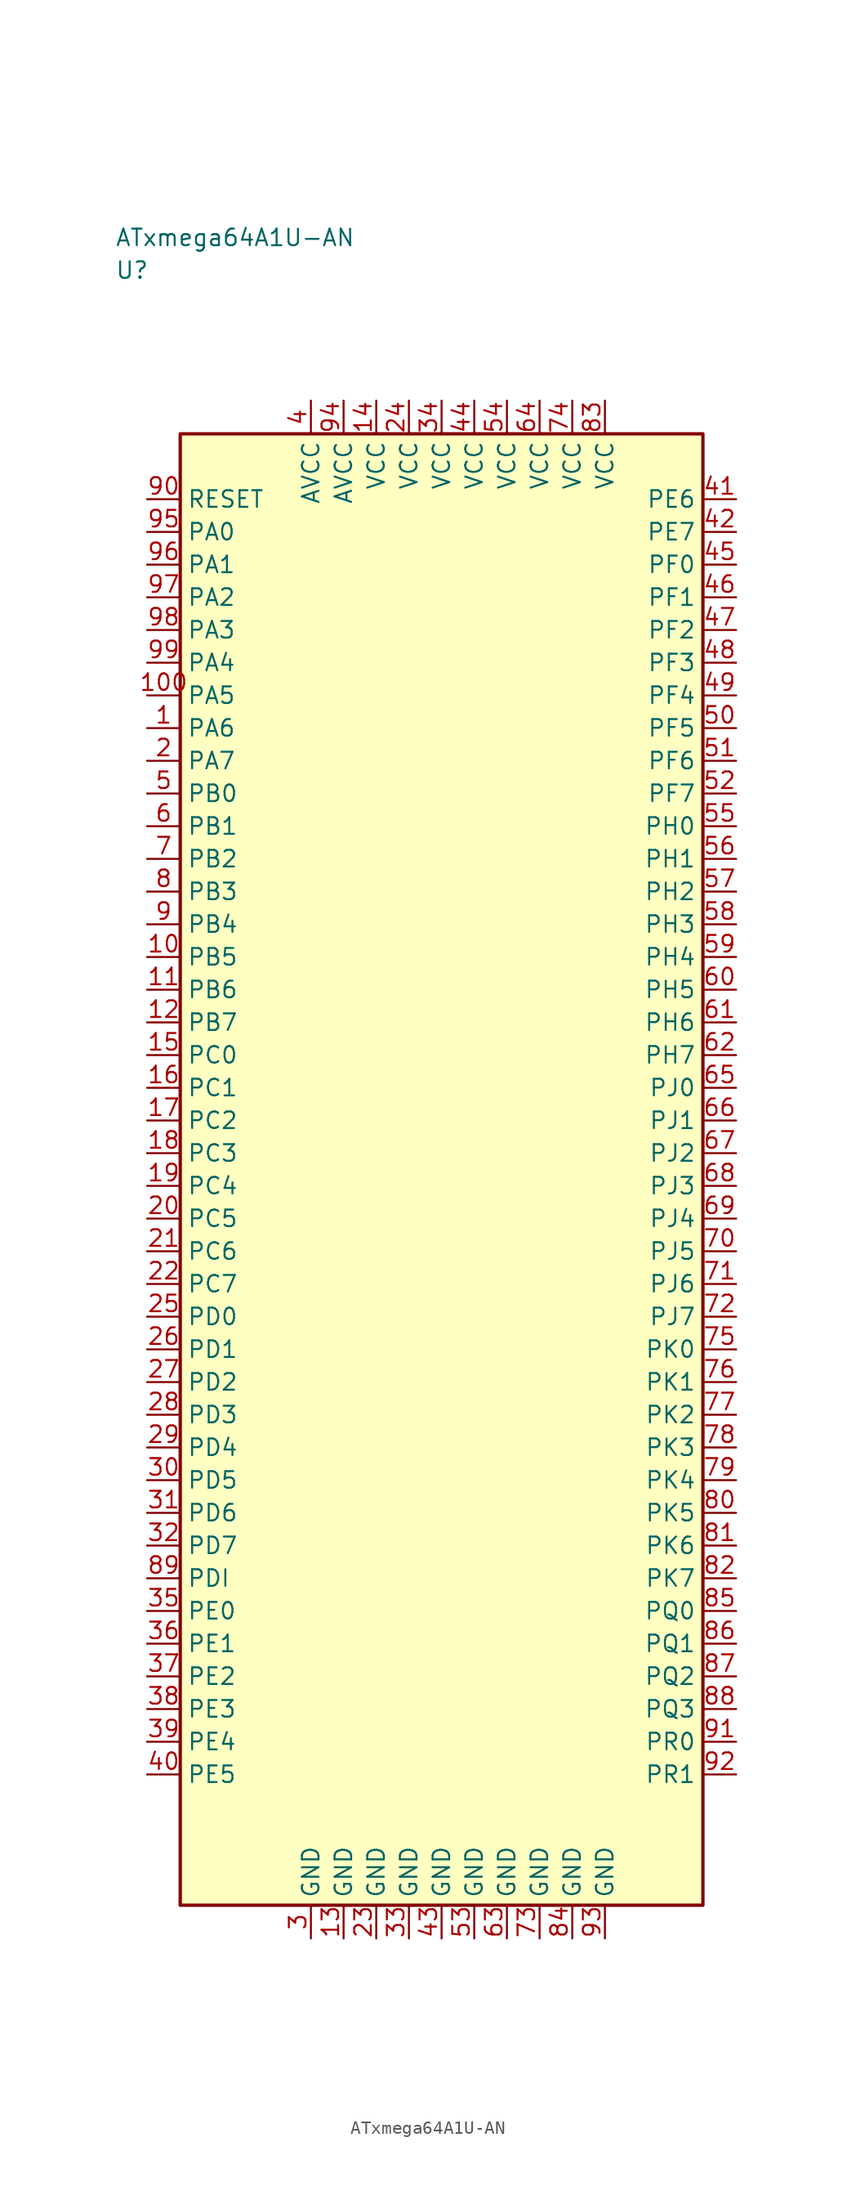
<source format=kicad_sym>
(kicad_symbol_lib
  (version 20241025)
  (generator "kicad_symbol_editor")
  (generator_version "8.0")
  (symbol "ATxmega64A1U-AN"
    (property "Reference" "U"
      (at -25.0 68.75 0)
      (effects (font (size 1.27 1.27)) (justify left)))
    (property "Value" "ATxmega64A1U-AN"
      (at -25.0 71.25 0)
      (effects (font (size 1.27 1.27)) (justify left)))
    (symbol "ATxmega64A1U-AN_0_1"
      (rectangle (start -20.0 56.25) (end 20.0 -56.25) (stroke (width 0.254) (type default)) (fill (type background))))
    (symbol "ATxmega64A1U-AN_1_1"
      (pin bidirectional line (at -22.54 33.75 0.0) (length 2.54) (name "PA6" (effects (font (size 1.27 1.27)))) (number "1" (effects (font (size 1.27 1.27)))))
      (pin bidirectional line (at -22.54 31.25 0.0) (length 2.54) (name "PA7" (effects (font (size 1.27 1.27)))) (number "2" (effects (font (size 1.27 1.27)))))
      (pin passive line (at -10.0 -58.79 90.0) (length 2.54) (name "GND" (effects (font (size 1.27 1.27)))) (number "3" (effects (font (size 1.27 1.27)))))
      (pin power_in line (at -10.0 58.79 270.0) (length 2.54) (name "AVCC" (effects (font (size 1.27 1.27)))) (number "4" (effects (font (size 1.27 1.27)))))
      (pin bidirectional line (at -22.54 28.75 0.0) (length 2.54) (name "PB0" (effects (font (size 1.27 1.27)))) (number "5" (effects (font (size 1.27 1.27)))))
      (pin bidirectional line (at -22.54 26.25 0.0) (length 2.54) (name "PB1" (effects (font (size 1.27 1.27)))) (number "6" (effects (font (size 1.27 1.27)))))
      (pin bidirectional line (at -22.54 23.75 0.0) (length 2.54) (name "PB2" (effects (font (size 1.27 1.27)))) (number "7" (effects (font (size 1.27 1.27)))))
      (pin bidirectional line (at -22.54 21.25 0.0) (length 2.54) (name "PB3" (effects (font (size 1.27 1.27)))) (number "8" (effects (font (size 1.27 1.27)))))
      (pin bidirectional line (at -22.54 18.75 0.0) (length 2.54) (name "PB4" (effects (font (size 1.27 1.27)))) (number "9" (effects (font (size 1.27 1.27)))))
      (pin bidirectional line (at -22.54 16.25 0.0) (length 2.54) (name "PB5" (effects (font (size 1.27 1.27)))) (number "10" (effects (font (size 1.27 1.27)))))
      (pin bidirectional line (at -22.54 13.75 0.0) (length 2.54) (name "PB6" (effects (font (size 1.27 1.27)))) (number "11" (effects (font (size 1.27 1.27)))))
      (pin bidirectional line (at -22.54 11.25 0.0) (length 2.54) (name "PB7" (effects (font (size 1.27 1.27)))) (number "12" (effects (font (size 1.27 1.27)))))
      (pin passive line (at -7.5 -58.79 90.0) (length 2.54) (name "GND" (effects (font (size 1.27 1.27)))) (number "13" (effects (font (size 1.27 1.27)))))
      (pin power_in line (at -5.0 58.79 270.0) (length 2.54) (name "VCC" (effects (font (size 1.27 1.27)))) (number "14" (effects (font (size 1.27 1.27)))))
      (pin bidirectional line (at -22.54 8.75 0.0) (length 2.54) (name "PC0" (effects (font (size 1.27 1.27)))) (number "15" (effects (font (size 1.27 1.27)))))
      (pin bidirectional line (at -22.54 6.25 0.0) (length 2.54) (name "PC1" (effects (font (size 1.27 1.27)))) (number "16" (effects (font (size 1.27 1.27)))))
      (pin bidirectional line (at -22.54 3.75 0.0) (length 2.54) (name "PC2" (effects (font (size 1.27 1.27)))) (number "17" (effects (font (size 1.27 1.27)))))
      (pin bidirectional line (at -22.54 1.25 0.0) (length 2.54) (name "PC3" (effects (font (size 1.27 1.27)))) (number "18" (effects (font (size 1.27 1.27)))))
      (pin bidirectional line (at -22.54 -1.25 0.0) (length 2.54) (name "PC4" (effects (font (size 1.27 1.27)))) (number "19" (effects (font (size 1.27 1.27)))))
      (pin bidirectional line (at -22.54 -3.75 0.0) (length 2.54) (name "PC5" (effects (font (size 1.27 1.27)))) (number "20" (effects (font (size 1.27 1.27)))))
      (pin bidirectional line (at -22.54 -6.25 0.0) (length 2.54) (name "PC6" (effects (font (size 1.27 1.27)))) (number "21" (effects (font (size 1.27 1.27)))))
      (pin bidirectional line (at -22.54 -8.75 0.0) (length 2.54) (name "PC7" (effects (font (size 1.27 1.27)))) (number "22" (effects (font (size 1.27 1.27)))))
      (pin passive line (at -5.0 -58.79 90.0) (length 2.54) (name "GND" (effects (font (size 1.27 1.27)))) (number "23" (effects (font (size 1.27 1.27)))))
      (pin power_in line (at -2.5 58.79 270.0) (length 2.54) (name "VCC" (effects (font (size 1.27 1.27)))) (number "24" (effects (font (size 1.27 1.27)))))
      (pin bidirectional line (at -22.54 -11.25 0.0) (length 2.54) (name "PD0" (effects (font (size 1.27 1.27)))) (number "25" (effects (font (size 1.27 1.27)))))
      (pin bidirectional line (at -22.54 -13.75 0.0) (length 2.54) (name "PD1" (effects (font (size 1.27 1.27)))) (number "26" (effects (font (size 1.27 1.27)))))
      (pin bidirectional line (at -22.54 -16.25 0.0) (length 2.54) (name "PD2" (effects (font (size 1.27 1.27)))) (number "27" (effects (font (size 1.27 1.27)))))
      (pin bidirectional line (at -22.54 -18.75 0.0) (length 2.54) (name "PD3" (effects (font (size 1.27 1.27)))) (number "28" (effects (font (size 1.27 1.27)))))
      (pin bidirectional line (at -22.54 -21.25 0.0) (length 2.54) (name "PD4" (effects (font (size 1.27 1.27)))) (number "29" (effects (font (size 1.27 1.27)))))
      (pin bidirectional line (at -22.54 -23.75 0.0) (length 2.54) (name "PD5" (effects (font (size 1.27 1.27)))) (number "30" (effects (font (size 1.27 1.27)))))
      (pin bidirectional line (at -22.54 -26.25 0.0) (length 2.54) (name "PD6" (effects (font (size 1.27 1.27)))) (number "31" (effects (font (size 1.27 1.27)))))
      (pin bidirectional line (at -22.54 -28.75 0.0) (length 2.54) (name "PD7" (effects (font (size 1.27 1.27)))) (number "32" (effects (font (size 1.27 1.27)))))
      (pin passive line (at -2.5 -58.79 90.0) (length 2.54) (name "GND" (effects (font (size 1.27 1.27)))) (number "33" (effects (font (size 1.27 1.27)))))
      (pin power_in line (at 0.0 58.79 270.0) (length 2.54) (name "VCC" (effects (font (size 1.27 1.27)))) (number "34" (effects (font (size 1.27 1.27)))))
      (pin bidirectional line (at -22.54 -33.75 0.0) (length 2.54) (name "PE0" (effects (font (size 1.27 1.27)))) (number "35" (effects (font (size 1.27 1.27)))))
      (pin bidirectional line (at -22.54 -36.25 0.0) (length 2.54) (name "PE1" (effects (font (size 1.27 1.27)))) (number "36" (effects (font (size 1.27 1.27)))))
      (pin bidirectional line (at -22.54 -38.75 0.0) (length 2.54) (name "PE2" (effects (font (size 1.27 1.27)))) (number "37" (effects (font (size 1.27 1.27)))))
      (pin bidirectional line (at -22.54 -41.25 0.0) (length 2.54) (name "PE3" (effects (font (size 1.27 1.27)))) (number "38" (effects (font (size 1.27 1.27)))))
      (pin bidirectional line (at -22.54 -43.75 0.0) (length 2.54) (name "PE4" (effects (font (size 1.27 1.27)))) (number "39" (effects (font (size 1.27 1.27)))))
      (pin bidirectional line (at -22.54 -46.25 0.0) (length 2.54) (name "PE5" (effects (font (size 1.27 1.27)))) (number "40" (effects (font (size 1.27 1.27)))))
      (pin bidirectional line (at 22.54 51.25 180.0) (length 2.54) (name "PE6" (effects (font (size 1.27 1.27)))) (number "41" (effects (font (size 1.27 1.27)))))
      (pin bidirectional line (at 22.54 48.75 180.0) (length 2.54) (name "PE7" (effects (font (size 1.27 1.27)))) (number "42" (effects (font (size 1.27 1.27)))))
      (pin passive line (at 0.0 -58.79 90.0) (length 2.54) (name "GND" (effects (font (size 1.27 1.27)))) (number "43" (effects (font (size 1.27 1.27)))))
      (pin power_in line (at 2.5 58.79 270.0) (length 2.54) (name "VCC" (effects (font (size 1.27 1.27)))) (number "44" (effects (font (size 1.27 1.27)))))
      (pin bidirectional line (at 22.54 46.25 180.0) (length 2.54) (name "PF0" (effects (font (size 1.27 1.27)))) (number "45" (effects (font (size 1.27 1.27)))))
      (pin bidirectional line (at 22.54 43.75 180.0) (length 2.54) (name "PF1" (effects (font (size 1.27 1.27)))) (number "46" (effects (font (size 1.27 1.27)))))
      (pin bidirectional line (at 22.54 41.25 180.0) (length 2.54) (name "PF2" (effects (font (size 1.27 1.27)))) (number "47" (effects (font (size 1.27 1.27)))))
      (pin bidirectional line (at 22.54 38.75 180.0) (length 2.54) (name "PF3" (effects (font (size 1.27 1.27)))) (number "48" (effects (font (size 1.27 1.27)))))
      (pin bidirectional line (at 22.54 36.25 180.0) (length 2.54) (name "PF4" (effects (font (size 1.27 1.27)))) (number "49" (effects (font (size 1.27 1.27)))))
      (pin bidirectional line (at 22.54 33.75 180.0) (length 2.54) (name "PF5" (effects (font (size 1.27 1.27)))) (number "50" (effects (font (size 1.27 1.27)))))
      (pin bidirectional line (at 22.54 31.25 180.0) (length 2.54) (name "PF6" (effects (font (size 1.27 1.27)))) (number "51" (effects (font (size 1.27 1.27)))))
      (pin bidirectional line (at 22.54 28.75 180.0) (length 2.54) (name "PF7" (effects (font (size 1.27 1.27)))) (number "52" (effects (font (size 1.27 1.27)))))
      (pin passive line (at 2.5 -58.79 90.0) (length 2.54) (name "GND" (effects (font (size 1.27 1.27)))) (number "53" (effects (font (size 1.27 1.27)))))
      (pin power_in line (at 5.0 58.79 270.0) (length 2.54) (name "VCC" (effects (font (size 1.27 1.27)))) (number "54" (effects (font (size 1.27 1.27)))))
      (pin bidirectional line (at 22.54 26.25 180.0) (length 2.54) (name "PH0" (effects (font (size 1.27 1.27)))) (number "55" (effects (font (size 1.27 1.27)))))
      (pin bidirectional line (at 22.54 23.75 180.0) (length 2.54) (name "PH1" (effects (font (size 1.27 1.27)))) (number "56" (effects (font (size 1.27 1.27)))))
      (pin bidirectional line (at 22.54 21.25 180.0) (length 2.54) (name "PH2" (effects (font (size 1.27 1.27)))) (number "57" (effects (font (size 1.27 1.27)))))
      (pin bidirectional line (at 22.54 18.75 180.0) (length 2.54) (name "PH3" (effects (font (size 1.27 1.27)))) (number "58" (effects (font (size 1.27 1.27)))))
      (pin bidirectional line (at 22.54 16.25 180.0) (length 2.54) (name "PH4" (effects (font (size 1.27 1.27)))) (number "59" (effects (font (size 1.27 1.27)))))
      (pin bidirectional line (at 22.54 13.75 180.0) (length 2.54) (name "PH5" (effects (font (size 1.27 1.27)))) (number "60" (effects (font (size 1.27 1.27)))))
      (pin bidirectional line (at 22.54 11.25 180.0) (length 2.54) (name "PH6" (effects (font (size 1.27 1.27)))) (number "61" (effects (font (size 1.27 1.27)))))
      (pin bidirectional line (at 22.54 8.75 180.0) (length 2.54) (name "PH7" (effects (font (size 1.27 1.27)))) (number "62" (effects (font (size 1.27 1.27)))))
      (pin passive line (at 5.0 -58.79 90.0) (length 2.54) (name "GND" (effects (font (size 1.27 1.27)))) (number "63" (effects (font (size 1.27 1.27)))))
      (pin power_in line (at 7.5 58.79 270.0) (length 2.54) (name "VCC" (effects (font (size 1.27 1.27)))) (number "64" (effects (font (size 1.27 1.27)))))
      (pin bidirectional line (at 22.54 6.25 180.0) (length 2.54) (name "PJ0" (effects (font (size 1.27 1.27)))) (number "65" (effects (font (size 1.27 1.27)))))
      (pin bidirectional line (at 22.54 3.75 180.0) (length 2.54) (name "PJ1" (effects (font (size 1.27 1.27)))) (number "66" (effects (font (size 1.27 1.27)))))
      (pin bidirectional line (at 22.54 1.25 180.0) (length 2.54) (name "PJ2" (effects (font (size 1.27 1.27)))) (number "67" (effects (font (size 1.27 1.27)))))
      (pin bidirectional line (at 22.54 -1.25 180.0) (length 2.54) (name "PJ3" (effects (font (size 1.27 1.27)))) (number "68" (effects (font (size 1.27 1.27)))))
      (pin bidirectional line (at 22.54 -3.75 180.0) (length 2.54) (name "PJ4" (effects (font (size 1.27 1.27)))) (number "69" (effects (font (size 1.27 1.27)))))
      (pin bidirectional line (at 22.54 -6.25 180.0) (length 2.54) (name "PJ5" (effects (font (size 1.27 1.27)))) (number "70" (effects (font (size 1.27 1.27)))))
      (pin bidirectional line (at 22.54 -8.75 180.0) (length 2.54) (name "PJ6" (effects (font (size 1.27 1.27)))) (number "71" (effects (font (size 1.27 1.27)))))
      (pin bidirectional line (at 22.54 -11.25 180.0) (length 2.54) (name "PJ7" (effects (font (size 1.27 1.27)))) (number "72" (effects (font (size 1.27 1.27)))))
      (pin passive line (at 7.5 -58.79 90.0) (length 2.54) (name "GND" (effects (font (size 1.27 1.27)))) (number "73" (effects (font (size 1.27 1.27)))))
      (pin power_in line (at 10.0 58.79 270.0) (length 2.54) (name "VCC" (effects (font (size 1.27 1.27)))) (number "74" (effects (font (size 1.27 1.27)))))
      (pin bidirectional line (at 22.54 -13.75 180.0) (length 2.54) (name "PK0" (effects (font (size 1.27 1.27)))) (number "75" (effects (font (size 1.27 1.27)))))
      (pin bidirectional line (at 22.54 -16.25 180.0) (length 2.54) (name "PK1" (effects (font (size 1.27 1.27)))) (number "76" (effects (font (size 1.27 1.27)))))
      (pin bidirectional line (at 22.54 -18.75 180.0) (length 2.54) (name "PK2" (effects (font (size 1.27 1.27)))) (number "77" (effects (font (size 1.27 1.27)))))
      (pin bidirectional line (at 22.54 -21.25 180.0) (length 2.54) (name "PK3" (effects (font (size 1.27 1.27)))) (number "78" (effects (font (size 1.27 1.27)))))
      (pin bidirectional line (at 22.54 -23.75 180.0) (length 2.54) (name "PK4" (effects (font (size 1.27 1.27)))) (number "79" (effects (font (size 1.27 1.27)))))
      (pin bidirectional line (at 22.54 -26.25 180.0) (length 2.54) (name "PK5" (effects (font (size 1.27 1.27)))) (number "80" (effects (font (size 1.27 1.27)))))
      (pin bidirectional line (at 22.54 -28.75 180.0) (length 2.54) (name "PK6" (effects (font (size 1.27 1.27)))) (number "81" (effects (font (size 1.27 1.27)))))
      (pin bidirectional line (at 22.54 -31.25 180.0) (length 2.54) (name "PK7" (effects (font (size 1.27 1.27)))) (number "82" (effects (font (size 1.27 1.27)))))
      (pin power_in line (at 12.5 58.79 270.0) (length 2.54) (name "VCC" (effects (font (size 1.27 1.27)))) (number "83" (effects (font (size 1.27 1.27)))))
      (pin passive line (at 10.0 -58.79 90.0) (length 2.54) (name "GND" (effects (font (size 1.27 1.27)))) (number "84" (effects (font (size 1.27 1.27)))))
      (pin bidirectional line (at 22.54 -33.75 180.0) (length 2.54) (name "PQ0" (effects (font (size 1.27 1.27)))) (number "85" (effects (font (size 1.27 1.27)))))
      (pin bidirectional line (at 22.54 -36.25 180.0) (length 2.54) (name "PQ1" (effects (font (size 1.27 1.27)))) (number "86" (effects (font (size 1.27 1.27)))))
      (pin bidirectional line (at 22.54 -38.75 180.0) (length 2.54) (name "PQ2" (effects (font (size 1.27 1.27)))) (number "87" (effects (font (size 1.27 1.27)))))
      (pin bidirectional line (at 22.54 -41.25 180.0) (length 2.54) (name "PQ3" (effects (font (size 1.27 1.27)))) (number "88" (effects (font (size 1.27 1.27)))))
      (pin bidirectional line (at -22.54 -31.25 0.0) (length 2.54) (name "PDI" (effects (font (size 1.27 1.27)))) (number "89" (effects (font (size 1.27 1.27)))))
      (pin input line (at -22.54 51.25 0.0) (length 2.54) (name "RESET" (effects (font (size 1.27 1.27)))) (number "90" (effects (font (size 1.27 1.27)))))
      (pin bidirectional line (at 22.54 -43.75 180.0) (length 2.54) (name "PR0" (effects (font (size 1.27 1.27)))) (number "91" (effects (font (size 1.27 1.27)))))
      (pin bidirectional line (at 22.54 -46.25 180.0) (length 2.54) (name "PR1" (effects (font (size 1.27 1.27)))) (number "92" (effects (font (size 1.27 1.27)))))
      (pin passive line (at 12.5 -58.79 90.0) (length 2.54) (name "GND" (effects (font (size 1.27 1.27)))) (number "93" (effects (font (size 1.27 1.27)))))
      (pin power_in line (at -7.5 58.79 270.0) (length 2.54) (name "AVCC" (effects (font (size 1.27 1.27)))) (number "94" (effects (font (size 1.27 1.27)))))
      (pin bidirectional line (at -22.54 48.75 0.0) (length 2.54) (name "PA0" (effects (font (size 1.27 1.27)))) (number "95" (effects (font (size 1.27 1.27)))))
      (pin bidirectional line (at -22.54 46.25 0.0) (length 2.54) (name "PA1" (effects (font (size 1.27 1.27)))) (number "96" (effects (font (size 1.27 1.27)))))
      (pin bidirectional line (at -22.54 43.75 0.0) (length 2.54) (name "PA2" (effects (font (size 1.27 1.27)))) (number "97" (effects (font (size 1.27 1.27)))))
      (pin bidirectional line (at -22.54 41.25 0.0) (length 2.54) (name "PA3" (effects (font (size 1.27 1.27)))) (number "98" (effects (font (size 1.27 1.27)))))
      (pin bidirectional line (at -22.54 38.75 0.0) (length 2.54) (name "PA4" (effects (font (size 1.27 1.27)))) (number "99" (effects (font (size 1.27 1.27)))))
      (pin bidirectional line (at -22.54 36.25 0.0) (length 2.54) (name "PA5" (effects (font (size 1.27 1.27)))) (number "100" (effects (font (size 1.27 1.27))))))))
</source>
